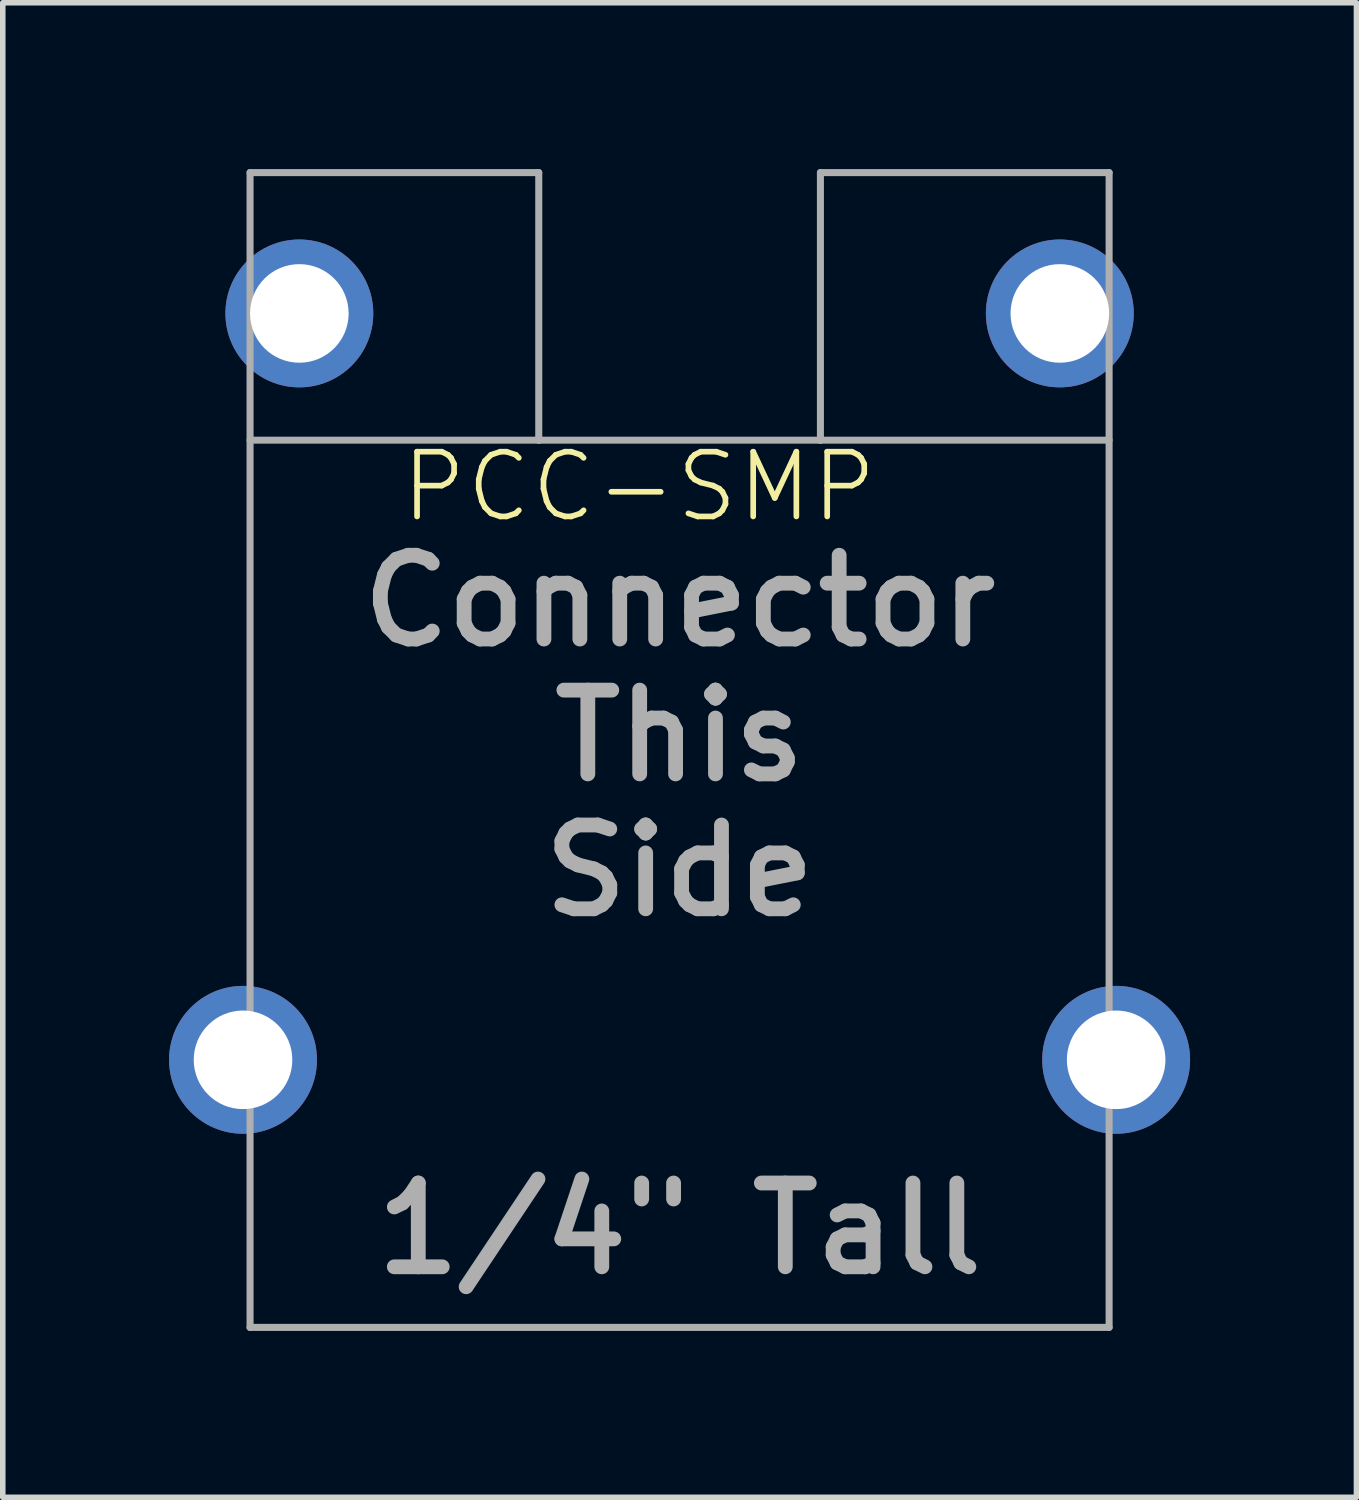
<source format=kicad_pcb>
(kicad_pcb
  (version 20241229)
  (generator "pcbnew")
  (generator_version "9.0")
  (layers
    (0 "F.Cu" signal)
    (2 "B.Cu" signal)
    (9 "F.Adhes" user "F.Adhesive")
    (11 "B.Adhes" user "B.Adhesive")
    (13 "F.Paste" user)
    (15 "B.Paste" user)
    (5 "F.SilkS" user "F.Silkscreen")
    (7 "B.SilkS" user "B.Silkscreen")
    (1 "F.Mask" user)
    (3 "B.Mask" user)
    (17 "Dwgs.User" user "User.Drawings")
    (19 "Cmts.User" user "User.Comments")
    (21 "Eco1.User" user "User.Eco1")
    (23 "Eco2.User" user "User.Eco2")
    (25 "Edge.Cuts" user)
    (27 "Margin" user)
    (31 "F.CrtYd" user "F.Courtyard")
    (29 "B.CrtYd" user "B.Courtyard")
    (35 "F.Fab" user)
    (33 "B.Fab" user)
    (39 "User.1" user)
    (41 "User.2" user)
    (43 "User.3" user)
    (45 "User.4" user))
  (footprint "PCC-SMP"
    (layer "F.Cu")
    (at 9.207 2.603)
    (property "Reference" "PCC-SMP" (at -5.08 3.81 0) (layer "F.SilkS") (effects (font (size 1.168 1.168) (thickness 0.102)) (justify left bottom)))
    (fp_line (start -7.747 -2.54) (end -7.747 18.288) (stroke (width 0.127) (type solid)) (layer "F.Fab"))
    (fp_line (start -7.747 -2.54) (end -2.54 -2.54) (stroke (width 0.127) (type solid)) (layer "F.Fab"))
    (fp_line (start -7.747 2.286) (end -2.54 2.286) (stroke (width 0.127) (type solid)) (layer "F.Fab"))
    (fp_line (start -7.747 18.288) (end 7.747 18.288) (stroke (width 0.127) (type solid)) (layer "F.Fab"))
    (fp_line (start -2.54 -2.54) (end -2.54 2.286) (stroke (width 0.127) (type solid)) (layer "F.Fab"))
    (fp_line (start -2.54 2.286) (end 2.54 2.286) (stroke (width 0.127) (type solid)) (layer "F.Fab"))
    (fp_line (start 2.54 -2.54) (end 2.54 2.286) (stroke (width 0.127) (type solid)) (layer "F.Fab"))
    (fp_line (start 2.54 -2.54) (end 7.747 -2.54) (stroke (width 0.127) (type solid)) (layer "F.Fab"))
    (fp_line (start 2.54 2.286) (end 7.747 2.286) (stroke (width 0.127) (type solid)) (layer "F.Fab"))
    (fp_line (start 7.747 -2.54) (end 7.747 18.288) (stroke (width 0.127) (type solid)) (layer "F.Fab"))
    (fp_text user "Connector\nThis\nSide" (at 0 7.62 0) (layer "F.Fab") (effects (font (size 1.511 1.511) (thickness 0.267))))
    (fp_text user "1/4\" Tall" (at 0 16.51 0) (layer "F.Fab") (effects (font (size 1.511 1.511) (thickness 0.267))))
    (pad "+" thru_hole circle (at 6.858 0) (size 2.667 2.667) (drill 1.778) (layers "*.Cu" "*.Mask"))
    (pad "-" thru_hole circle (at -6.858 0) (size 2.667 2.667) (drill 1.778) (layers "*.Cu" "*.Mask"))
    (pad "CLIP1" thru_hole circle (at -7.874 13.462) (size 2.667 2.667) (drill 1.778) (layers "*.Cu" "*.Mask"))
    (pad "CLIP2" thru_hole circle (at 7.874 13.462) (size 2.667 2.667) (drill 1.778) (layers "*.Cu" "*.Mask")))
  (gr_rect
    (start -3 -3)
    (end 21.415 23.955)
    (stroke (width 0.1) (type default))
    (fill no)
    (layer "Edge.Cuts")))
</source>
